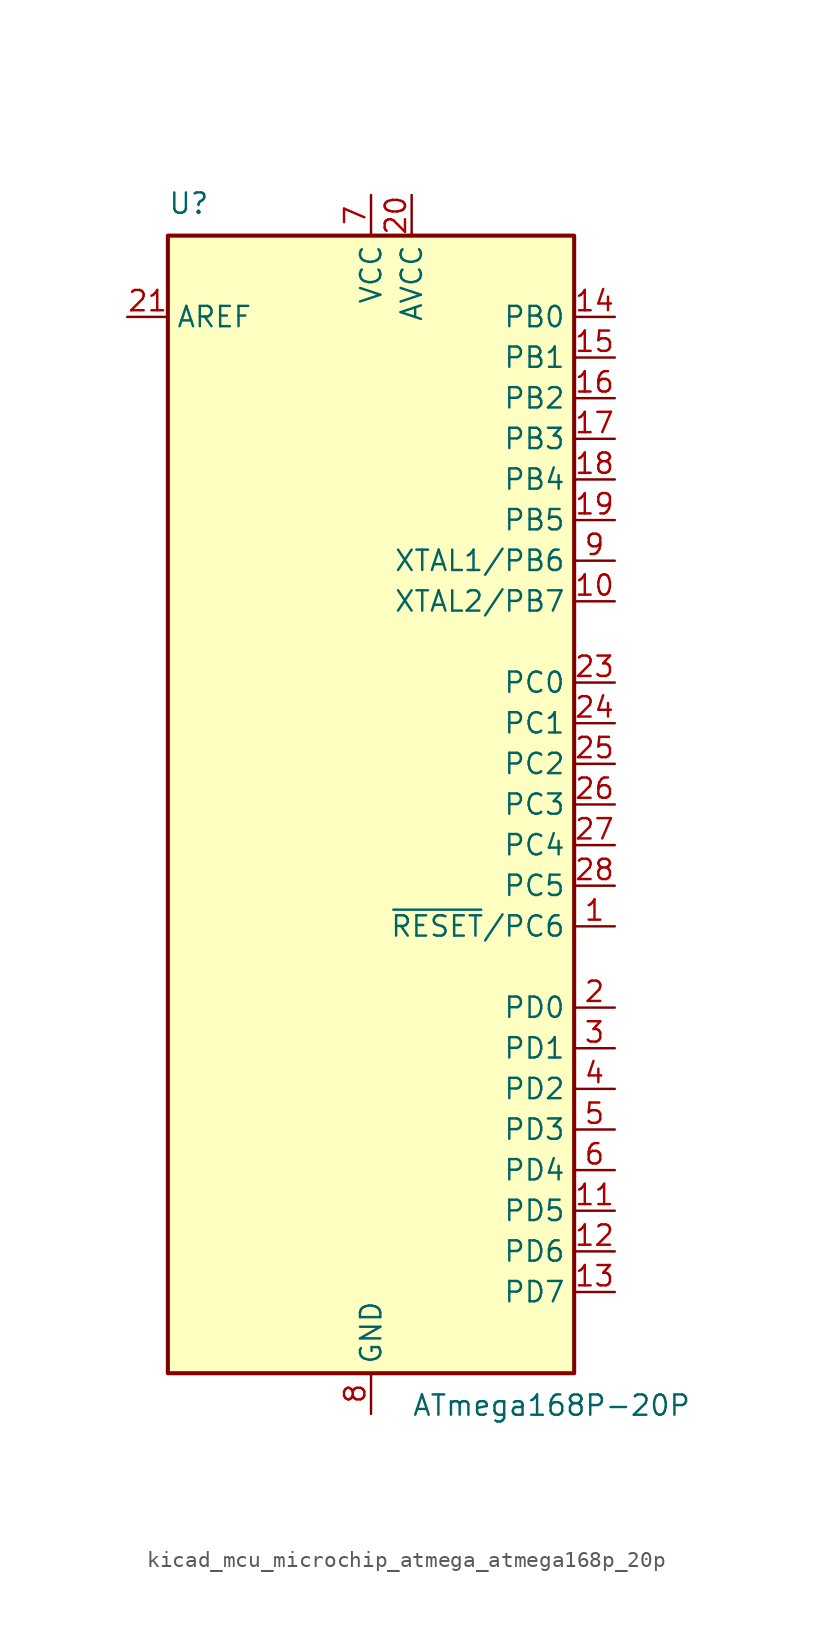
<source format=kicad_sym>
(kicad_symbol_lib
  (version 20220914)
  (generator kicad_symbol_editor)
  (symbol "kicad_mcu_microchip_atmega_atmega168p_20p"
    (property "Reference" "U"
      (at -12.7 36.83 0)
      (effects (font (size 1.27 1.27)) (justify left bottom)))
    (property "Value" "ATmega168P-20P"
      (at 2.54 -36.83 0)
      (effects (font (size 1.27 1.27)) (justify left top)))
    (symbol "kicad_mcu_microchip_atmega_atmega168p_20p_0_1"
      (rectangle (start -12.7 -35.56) (end 12.7 35.56) (stroke (width 0.254) (type default)) (fill (type background))))
    (symbol "kicad_mcu_microchip_atmega_atmega168p_20p_1_1"
      (pin bidirectional line (at 15.24 -7.62 180) (length 2.54) (name "~{RESET}/PC6" (effects (font (size 1.27 1.27)))) (number "1" (effects (font (size 1.27 1.27)))))
      (pin bidirectional line (at 15.24 12.7 180) (length 2.54) (name "XTAL2/PB7" (effects (font (size 1.27 1.27)))) (number "10" (effects (font (size 1.27 1.27)))))
      (pin bidirectional line (at 15.24 -25.4 180) (length 2.54) (name "PD5" (effects (font (size 1.27 1.27)))) (number "11" (effects (font (size 1.27 1.27)))))
      (pin bidirectional line (at 15.24 -27.94 180) (length 2.54) (name "PD6" (effects (font (size 1.27 1.27)))) (number "12" (effects (font (size 1.27 1.27)))))
      (pin bidirectional line (at 15.24 -30.48 180) (length 2.54) (name "PD7" (effects (font (size 1.27 1.27)))) (number "13" (effects (font (size 1.27 1.27)))))
      (pin bidirectional line (at 15.24 30.48 180) (length 2.54) (name "PB0" (effects (font (size 1.27 1.27)))) (number "14" (effects (font (size 1.27 1.27)))))
      (pin bidirectional line (at 15.24 27.94 180) (length 2.54) (name "PB1" (effects (font (size 1.27 1.27)))) (number "15" (effects (font (size 1.27 1.27)))))
      (pin bidirectional line (at 15.24 25.4 180) (length 2.54) (name "PB2" (effects (font (size 1.27 1.27)))) (number "16" (effects (font (size 1.27 1.27)))))
      (pin bidirectional line (at 15.24 22.86 180) (length 2.54) (name "PB3" (effects (font (size 1.27 1.27)))) (number "17" (effects (font (size 1.27 1.27)))))
      (pin bidirectional line (at 15.24 20.32 180) (length 2.54) (name "PB4" (effects (font (size 1.27 1.27)))) (number "18" (effects (font (size 1.27 1.27)))))
      (pin bidirectional line (at 15.24 17.78 180) (length 2.54) (name "PB5" (effects (font (size 1.27 1.27)))) (number "19" (effects (font (size 1.27 1.27)))))
      (pin bidirectional line (at 15.24 -12.7 180) (length 2.54) (name "PD0" (effects (font (size 1.27 1.27)))) (number "2" (effects (font (size 1.27 1.27)))))
      (pin power_in line (at 2.54 38.1 270) (length 2.54) (name "AVCC" (effects (font (size 1.27 1.27)))) (number "20" (effects (font (size 1.27 1.27)))))
      (pin passive line (at -15.24 30.48 0) (length 2.54) (name "AREF" (effects (font (size 1.27 1.27)))) (number "21" (effects (font (size 1.27 1.27)))))
      (pin passive line (at 0 -38.1 90) (length 2.54) hide (name "GND" (effects (font (size 1.27 1.27)))) (number "22" (effects (font (size 1.27 1.27)))))
      (pin bidirectional line (at 15.24 7.62 180) (length 2.54) (name "PC0" (effects (font (size 1.27 1.27)))) (number "23" (effects (font (size 1.27 1.27)))))
      (pin bidirectional line (at 15.24 5.08 180) (length 2.54) (name "PC1" (effects (font (size 1.27 1.27)))) (number "24" (effects (font (size 1.27 1.27)))))
      (pin bidirectional line (at 15.24 2.54 180) (length 2.54) (name "PC2" (effects (font (size 1.27 1.27)))) (number "25" (effects (font (size 1.27 1.27)))))
      (pin bidirectional line (at 15.24 0 180) (length 2.54) (name "PC3" (effects (font (size 1.27 1.27)))) (number "26" (effects (font (size 1.27 1.27)))))
      (pin bidirectional line (at 15.24 -2.54 180) (length 2.54) (name "PC4" (effects (font (size 1.27 1.27)))) (number "27" (effects (font (size 1.27 1.27)))))
      (pin bidirectional line (at 15.24 -5.08 180) (length 2.54) (name "PC5" (effects (font (size 1.27 1.27)))) (number "28" (effects (font (size 1.27 1.27)))))
      (pin bidirectional line (at 15.24 -15.24 180) (length 2.54) (name "PD1" (effects (font (size 1.27 1.27)))) (number "3" (effects (font (size 1.27 1.27)))))
      (pin bidirectional line (at 15.24 -17.78 180) (length 2.54) (name "PD2" (effects (font (size 1.27 1.27)))) (number "4" (effects (font (size 1.27 1.27)))))
      (pin bidirectional line (at 15.24 -20.32 180) (length 2.54) (name "PD3" (effects (font (size 1.27 1.27)))) (number "5" (effects (font (size 1.27 1.27)))))
      (pin bidirectional line (at 15.24 -22.86 180) (length 2.54) (name "PD4" (effects (font (size 1.27 1.27)))) (number "6" (effects (font (size 1.27 1.27)))))
      (pin power_in line (at 0 38.1 270) (length 2.54) (name "VCC" (effects (font (size 1.27 1.27)))) (number "7" (effects (font (size 1.27 1.27)))))
      (pin power_in line (at 0 -38.1 90) (length 2.54) (name "GND" (effects (font (size 1.27 1.27)))) (number "8" (effects (font (size 1.27 1.27)))))
      (pin bidirectional line (at 15.24 15.24 180) (length 2.54) (name "XTAL1/PB6" (effects (font (size 1.27 1.27)))) (number "9" (effects (font (size 1.27 1.27))))))))
</source>
